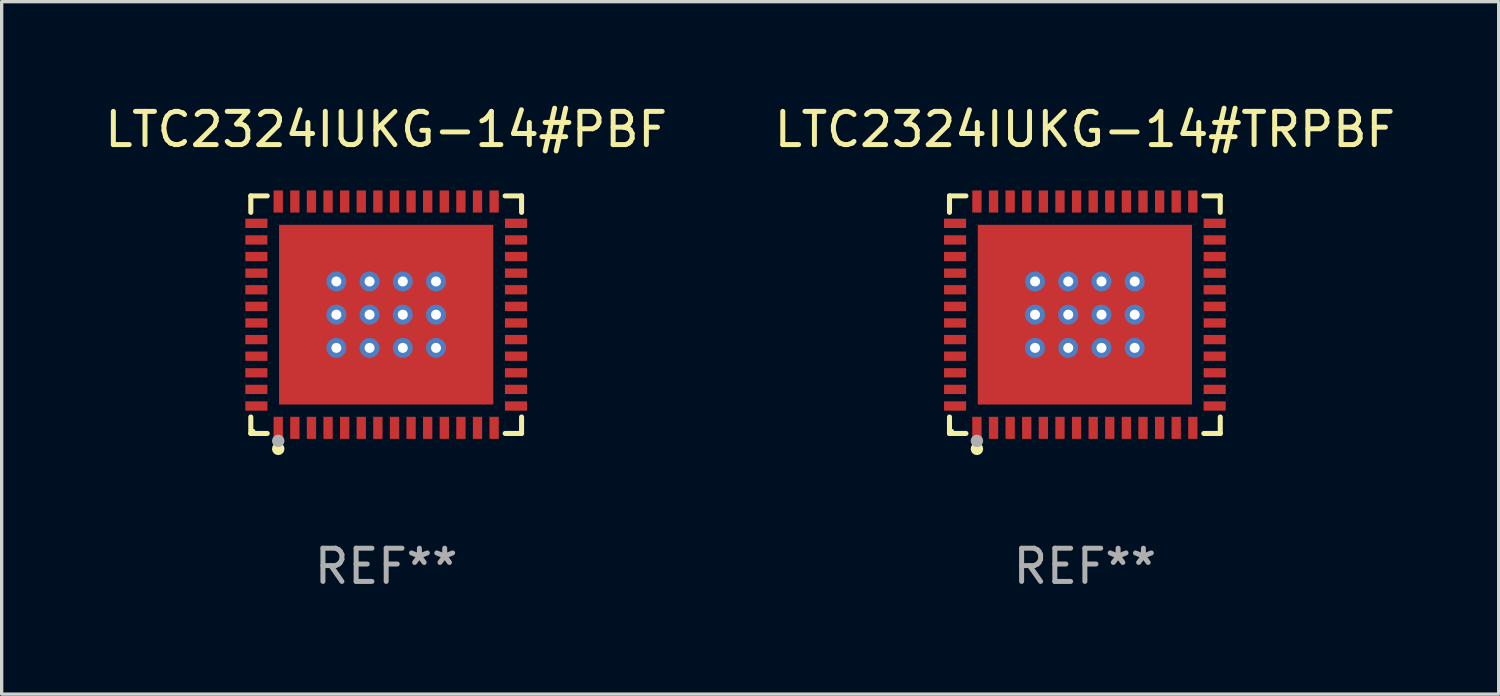
<source format=kicad_pcb>
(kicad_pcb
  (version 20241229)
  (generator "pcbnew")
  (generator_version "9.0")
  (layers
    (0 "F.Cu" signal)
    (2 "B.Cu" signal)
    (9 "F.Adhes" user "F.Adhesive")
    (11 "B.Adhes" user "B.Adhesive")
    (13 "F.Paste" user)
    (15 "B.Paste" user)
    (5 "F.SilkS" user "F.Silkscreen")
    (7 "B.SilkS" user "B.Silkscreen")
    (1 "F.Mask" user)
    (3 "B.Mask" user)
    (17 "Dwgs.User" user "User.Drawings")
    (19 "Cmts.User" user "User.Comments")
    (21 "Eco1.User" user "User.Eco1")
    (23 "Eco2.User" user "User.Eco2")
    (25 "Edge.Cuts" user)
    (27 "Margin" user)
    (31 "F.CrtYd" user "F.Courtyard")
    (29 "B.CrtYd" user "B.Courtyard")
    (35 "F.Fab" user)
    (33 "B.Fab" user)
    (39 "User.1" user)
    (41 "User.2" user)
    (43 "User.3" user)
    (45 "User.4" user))
  (footprint "LTC2324IUKG-14#TRPBF"
    (layer "F.Cu")
    (at 29.613 6.424)
    (property "Reference" "LTC2324IUKG-14#TRPBF" (at 0 -5.576 0) (layer "F.SilkS") (effects (font (size 1 1) (thickness 0.15))))
    (attr through_hole)
    (fp_line (start -4.076 -3.576) (end -3.581 -3.576) (stroke (width 0.152) (type solid)) (layer "F.SilkS"))
    (fp_line (start -4.076 -3.081) (end -4.076 -3.576) (stroke (width 0.152) (type solid)) (layer "F.SilkS"))
    (fp_line (start -4.076 3.081) (end -4.076 3.576) (stroke (width 0.152) (type solid)) (layer "F.SilkS"))
    (fp_line (start -4.076 3.576) (end -3.581 3.576) (stroke (width 0.152) (type solid)) (layer "F.SilkS"))
    (fp_line (start 4.076 -3.576) (end 3.581 -3.576) (stroke (width 0.152) (type solid)) (layer "F.SilkS"))
    (fp_line (start 4.076 -3.081) (end 4.076 -3.576) (stroke (width 0.152) (type solid)) (layer "F.SilkS"))
    (fp_line (start 4.076 3.081) (end 4.076 3.576) (stroke (width 0.152) (type solid)) (layer "F.SilkS"))
    (fp_line (start 4.076 3.576) (end 3.581 3.576) (stroke (width 0.152) (type solid)) (layer "F.SilkS"))
    (fp_circle (center -4 3.5) (end -3.97 3.5) (stroke (width 0.06) (type solid)) (fill no) (layer "F.SilkS"))
    (fp_circle (center -3.25 4.04) (end -3.156 4.04) (stroke (width 0.188) (type solid)) (fill no) (layer "F.SilkS"))
    (fp_circle (center -3.25 3.8) (end -3.156 3.8) (stroke (width 0.188) (type solid)) (fill no) (layer "F.Fab"))
    (fp_text user "REF**" (at 0 7.576 0) (layer "F.Fab") (effects (font (size 1 1) (thickness 0.15))))
    (pad "1" smd rect (at -3.25 3.407) (size 0.28 0.665) (layers "F.Cu" "F.Mask" "F.Paste"))
    (pad "2" smd rect (at -2.75 3.407) (size 0.28 0.665) (layers "F.Cu" "F.Mask" "F.Paste"))
    (pad "3" smd rect (at -2.25 3.407) (size 0.28 0.665) (layers "F.Cu" "F.Mask" "F.Paste"))
    (pad "4" smd rect (at -1.75 3.407) (size 0.28 0.665) (layers "F.Cu" "F.Mask" "F.Paste"))
    (pad "5" smd rect (at -1.25 3.407) (size 0.28 0.665) (layers "F.Cu" "F.Mask" "F.Paste"))
    (pad "6" smd rect (at -0.75 3.407) (size 0.28 0.665) (layers "F.Cu" "F.Mask" "F.Paste"))
    (pad "7" smd rect (at -0.25 3.407) (size 0.28 0.665) (layers "F.Cu" "F.Mask" "F.Paste"))
    (pad "8" smd rect (at 0.25 3.407) (size 0.28 0.665) (layers "F.Cu" "F.Mask" "F.Paste"))
    (pad "9" smd rect (at 0.75 3.407) (size 0.28 0.665) (layers "F.Cu" "F.Mask" "F.Paste"))
    (pad "10" smd rect (at 1.25 3.407) (size 0.28 0.665) (layers "F.Cu" "F.Mask" "F.Paste"))
    (pad "11" smd rect (at 1.75 3.407) (size 0.28 0.665) (layers "F.Cu" "F.Mask" "F.Paste"))
    (pad "12" smd rect (at 2.25 3.407) (size 0.28 0.665) (layers "F.Cu" "F.Mask" "F.Paste"))
    (pad "13" smd rect (at 2.75 3.407) (size 0.28 0.665) (layers "F.Cu" "F.Mask" "F.Paste"))
    (pad "14" smd rect (at 3.25 3.407) (size 0.28 0.665) (layers "F.Cu" "F.Mask" "F.Paste"))
    (pad "15" smd rect (at 3.908 2.75) (size 0.665 0.28) (layers "F.Cu" "F.Mask" "F.Paste"))
    (pad "16" smd rect (at 3.908 2.25) (size 0.665 0.28) (layers "F.Cu" "F.Mask" "F.Paste"))
    (pad "17" smd rect (at 3.908 1.75) (size 0.665 0.28) (layers "F.Cu" "F.Mask" "F.Paste"))
    (pad "18" smd rect (at 3.908 1.25) (size 0.665 0.28) (layers "F.Cu" "F.Mask" "F.Paste"))
    (pad "19" smd rect (at 3.908 0.75) (size 0.665 0.28) (layers "F.Cu" "F.Mask" "F.Paste"))
    (pad "20" smd rect (at 3.908 0.25) (size 0.665 0.28) (layers "F.Cu" "F.Mask" "F.Paste"))
    (pad "21" smd rect (at 3.908 -0.25) (size 0.665 0.28) (layers "F.Cu" "F.Mask" "F.Paste"))
    (pad "22" smd rect (at 3.908 -0.75) (size 0.665 0.28) (layers "F.Cu" "F.Mask" "F.Paste"))
    (pad "23" smd rect (at 3.908 -1.25) (size 0.665 0.28) (layers "F.Cu" "F.Mask" "F.Paste"))
    (pad "24" smd rect (at 3.908 -1.75) (size 0.665 0.28) (layers "F.Cu" "F.Mask" "F.Paste"))
    (pad "25" smd rect (at 3.908 -2.25) (size 0.665 0.28) (layers "F.Cu" "F.Mask" "F.Paste"))
    (pad "26" smd rect (at 3.908 -2.75) (size 0.665 0.28) (layers "F.Cu" "F.Mask" "F.Paste"))
    (pad "27" smd rect (at 3.25 -3.407) (size 0.28 0.665) (layers "F.Cu" "F.Mask" "F.Paste"))
    (pad "28" smd rect (at 2.75 -3.407) (size 0.28 0.665) (layers "F.Cu" "F.Mask" "F.Paste"))
    (pad "29" smd rect (at 2.25 -3.407) (size 0.28 0.665) (layers "F.Cu" "F.Mask" "F.Paste"))
    (pad "30" smd rect (at 1.75 -3.407) (size 0.28 0.665) (layers "F.Cu" "F.Mask" "F.Paste"))
    (pad "31" smd rect (at 1.25 -3.407) (size 0.28 0.665) (layers "F.Cu" "F.Mask" "F.Paste"))
    (pad "32" smd rect (at 0.75 -3.407) (size 0.28 0.665) (layers "F.Cu" "F.Mask" "F.Paste"))
    (pad "33" smd rect (at 0.25 -3.407) (size 0.28 0.665) (layers "F.Cu" "F.Mask" "F.Paste"))
    (pad "34" smd rect (at -0.25 -3.407) (size 0.28 0.665) (layers "F.Cu" "F.Mask" "F.Paste"))
    (pad "35" smd rect (at -0.75 -3.407) (size 0.28 0.665) (layers "F.Cu" "F.Mask" "F.Paste"))
    (pad "36" smd rect (at -1.25 -3.407) (size 0.28 0.665) (layers "F.Cu" "F.Mask" "F.Paste"))
    (pad "37" smd rect (at -1.75 -3.407) (size 0.28 0.665) (layers "F.Cu" "F.Mask" "F.Paste"))
    (pad "38" smd rect (at -2.25 -3.407) (size 0.28 0.665) (layers "F.Cu" "F.Mask" "F.Paste"))
    (pad "39" smd rect (at -2.75 -3.407) (size 0.28 0.665) (layers "F.Cu" "F.Mask" "F.Paste"))
    (pad "40" smd rect (at -3.25 -3.407) (size 0.28 0.665) (layers "F.Cu" "F.Mask" "F.Paste"))
    (pad "41" smd rect (at -3.908 -2.75) (size 0.665 0.28) (layers "F.Cu" "F.Mask" "F.Paste"))
    (pad "42" smd rect (at -3.908 -2.25) (size 0.665 0.28) (layers "F.Cu" "F.Mask" "F.Paste"))
    (pad "43" smd rect (at -3.908 -1.75) (size 0.665 0.28) (layers "F.Cu" "F.Mask" "F.Paste"))
    (pad "44" smd rect (at -3.908 -1.25) (size 0.665 0.28) (layers "F.Cu" "F.Mask" "F.Paste"))
    (pad "45" smd rect (at -3.908 -0.75) (size 0.665 0.28) (layers "F.Cu" "F.Mask" "F.Paste"))
    (pad "46" smd rect (at -3.908 -0.25) (size 0.665 0.28) (layers "F.Cu" "F.Mask" "F.Paste"))
    (pad "47" smd rect (at -3.908 0.25) (size 0.665 0.28) (layers "F.Cu" "F.Mask" "F.Paste"))
    (pad "48" smd rect (at -3.908 0.75) (size 0.665 0.28) (layers "F.Cu" "F.Mask" "F.Paste"))
    (pad "49" smd rect (at -3.908 1.25) (size 0.665 0.28) (layers "F.Cu" "F.Mask" "F.Paste"))
    (pad "50" smd rect (at -3.908 1.75) (size 0.665 0.28) (layers "F.Cu" "F.Mask" "F.Paste"))
    (pad "51" smd rect (at -3.908 2.25) (size 0.665 0.28) (layers "F.Cu" "F.Mask" "F.Paste"))
    (pad "52" smd rect (at -3.908 2.75) (size 0.665 0.28) (layers "F.Cu" "F.Mask" "F.Paste"))
    (pad "53" thru_hole circle (at -1.5 -1) (size 0.6 0.6) (drill 0.3) (layers "*.Cu" "*.Mask"))
    (pad "53" thru_hole circle (at -1.5 0) (size 0.6 0.6) (drill 0.3) (layers "*.Cu" "*.Mask"))
    (pad "53" thru_hole circle (at -1.5 1) (size 0.6 0.6) (drill 0.3) (layers "*.Cu" "*.Mask"))
    (pad "53" thru_hole circle (at -0.5 -1) (size 0.6 0.6) (drill 0.3) (layers "*.Cu" "*.Mask"))
    (pad "53" thru_hole circle (at -0.5 0) (size 0.6 0.6) (drill 0.3) (layers "*.Cu" "*.Mask"))
    (pad "53" thru_hole circle (at -0.5 1) (size 0.6 0.6) (drill 0.3) (layers "*.Cu" "*.Mask"))
    (pad "53" smd rect (at 0 0) (size 6.45 5.41) (layers "F.Cu" "F.Mask" "F.Paste"))
    (pad "53" thru_hole circle (at 0.5 -1) (size 0.6 0.6) (drill 0.3) (layers "*.Cu" "*.Mask"))
    (pad "53" thru_hole circle (at 0.5 0) (size 0.6 0.6) (drill 0.3) (layers "*.Cu" "*.Mask"))
    (pad "53" thru_hole circle (at 0.5 1) (size 0.6 0.6) (drill 0.3) (layers "*.Cu" "*.Mask"))
    (pad "53" thru_hole circle (at 1.5 -1) (size 0.6 0.6) (drill 0.3) (layers "*.Cu" "*.Mask"))
    (pad "53" thru_hole circle (at 1.5 0) (size 0.6 0.6) (drill 0.3) (layers "*.Cu" "*.Mask"))
    (pad "53" thru_hole circle (at 1.5 1) (size 0.6 0.6) (drill 0.3) (layers "*.Cu" "*.Mask")))
  (footprint "LTC2324IUKG-14#PBF"
    (layer "F.Cu")
    (at 8.577 6.424)
    (property "Reference" "LTC2324IUKG-14#PBF" (at 0 -5.576 0) (layer "F.SilkS") (effects (font (size 1 1) (thickness 0.15))))
    (attr through_hole)
    (fp_line (start -4.076 -3.576) (end -3.581 -3.576) (stroke (width 0.152) (type solid)) (layer "F.SilkS"))
    (fp_line (start -4.076 -3.081) (end -4.076 -3.576) (stroke (width 0.152) (type solid)) (layer "F.SilkS"))
    (fp_line (start -4.076 3.081) (end -4.076 3.576) (stroke (width 0.152) (type solid)) (layer "F.SilkS"))
    (fp_line (start -4.076 3.576) (end -3.581 3.576) (stroke (width 0.152) (type solid)) (layer "F.SilkS"))
    (fp_line (start 4.076 -3.576) (end 3.581 -3.576) (stroke (width 0.152) (type solid)) (layer "F.SilkS"))
    (fp_line (start 4.076 -3.081) (end 4.076 -3.576) (stroke (width 0.152) (type solid)) (layer "F.SilkS"))
    (fp_line (start 4.076 3.081) (end 4.076 3.576) (stroke (width 0.152) (type solid)) (layer "F.SilkS"))
    (fp_line (start 4.076 3.576) (end 3.581 3.576) (stroke (width 0.152) (type solid)) (layer "F.SilkS"))
    (fp_circle (center -4 3.5) (end -3.97 3.5) (stroke (width 0.06) (type solid)) (fill no) (layer "F.SilkS"))
    (fp_circle (center -3.25 4.04) (end -3.156 4.04) (stroke (width 0.188) (type solid)) (fill no) (layer "F.SilkS"))
    (fp_circle (center -3.25 3.8) (end -3.156 3.8) (stroke (width 0.188) (type solid)) (fill no) (layer "F.Fab"))
    (fp_text user "REF**" (at 0 7.576 0) (layer "F.Fab") (effects (font (size 1 1) (thickness 0.15))))
    (pad "1" smd rect (at -3.25 3.407) (size 0.28 0.665) (layers "F.Cu" "F.Mask" "F.Paste"))
    (pad "2" smd rect (at -2.75 3.407) (size 0.28 0.665) (layers "F.Cu" "F.Mask" "F.Paste"))
    (pad "3" smd rect (at -2.25 3.407) (size 0.28 0.665) (layers "F.Cu" "F.Mask" "F.Paste"))
    (pad "4" smd rect (at -1.75 3.407) (size 0.28 0.665) (layers "F.Cu" "F.Mask" "F.Paste"))
    (pad "5" smd rect (at -1.25 3.407) (size 0.28 0.665) (layers "F.Cu" "F.Mask" "F.Paste"))
    (pad "6" smd rect (at -0.75 3.407) (size 0.28 0.665) (layers "F.Cu" "F.Mask" "F.Paste"))
    (pad "7" smd rect (at -0.25 3.407) (size 0.28 0.665) (layers "F.Cu" "F.Mask" "F.Paste"))
    (pad "8" smd rect (at 0.25 3.407) (size 0.28 0.665) (layers "F.Cu" "F.Mask" "F.Paste"))
    (pad "9" smd rect (at 0.75 3.407) (size 0.28 0.665) (layers "F.Cu" "F.Mask" "F.Paste"))
    (pad "10" smd rect (at 1.25 3.407) (size 0.28 0.665) (layers "F.Cu" "F.Mask" "F.Paste"))
    (pad "11" smd rect (at 1.75 3.407) (size 0.28 0.665) (layers "F.Cu" "F.Mask" "F.Paste"))
    (pad "12" smd rect (at 2.25 3.407) (size 0.28 0.665) (layers "F.Cu" "F.Mask" "F.Paste"))
    (pad "13" smd rect (at 2.75 3.407) (size 0.28 0.665) (layers "F.Cu" "F.Mask" "F.Paste"))
    (pad "14" smd rect (at 3.25 3.407) (size 0.28 0.665) (layers "F.Cu" "F.Mask" "F.Paste"))
    (pad "15" smd rect (at 3.908 2.75) (size 0.665 0.28) (layers "F.Cu" "F.Mask" "F.Paste"))
    (pad "16" smd rect (at 3.908 2.25) (size 0.665 0.28) (layers "F.Cu" "F.Mask" "F.Paste"))
    (pad "17" smd rect (at 3.908 1.75) (size 0.665 0.28) (layers "F.Cu" "F.Mask" "F.Paste"))
    (pad "18" smd rect (at 3.908 1.25) (size 0.665 0.28) (layers "F.Cu" "F.Mask" "F.Paste"))
    (pad "19" smd rect (at 3.908 0.75) (size 0.665 0.28) (layers "F.Cu" "F.Mask" "F.Paste"))
    (pad "20" smd rect (at 3.908 0.25) (size 0.665 0.28) (layers "F.Cu" "F.Mask" "F.Paste"))
    (pad "21" smd rect (at 3.908 -0.25) (size 0.665 0.28) (layers "F.Cu" "F.Mask" "F.Paste"))
    (pad "22" smd rect (at 3.908 -0.75) (size 0.665 0.28) (layers "F.Cu" "F.Mask" "F.Paste"))
    (pad "23" smd rect (at 3.908 -1.25) (size 0.665 0.28) (layers "F.Cu" "F.Mask" "F.Paste"))
    (pad "24" smd rect (at 3.908 -1.75) (size 0.665 0.28) (layers "F.Cu" "F.Mask" "F.Paste"))
    (pad "25" smd rect (at 3.908 -2.25) (size 0.665 0.28) (layers "F.Cu" "F.Mask" "F.Paste"))
    (pad "26" smd rect (at 3.908 -2.75) (size 0.665 0.28) (layers "F.Cu" "F.Mask" "F.Paste"))
    (pad "27" smd rect (at 3.25 -3.407) (size 0.28 0.665) (layers "F.Cu" "F.Mask" "F.Paste"))
    (pad "28" smd rect (at 2.75 -3.407) (size 0.28 0.665) (layers "F.Cu" "F.Mask" "F.Paste"))
    (pad "29" smd rect (at 2.25 -3.407) (size 0.28 0.665) (layers "F.Cu" "F.Mask" "F.Paste"))
    (pad "30" smd rect (at 1.75 -3.407) (size 0.28 0.665) (layers "F.Cu" "F.Mask" "F.Paste"))
    (pad "31" smd rect (at 1.25 -3.407) (size 0.28 0.665) (layers "F.Cu" "F.Mask" "F.Paste"))
    (pad "32" smd rect (at 0.75 -3.407) (size 0.28 0.665) (layers "F.Cu" "F.Mask" "F.Paste"))
    (pad "33" smd rect (at 0.25 -3.407) (size 0.28 0.665) (layers "F.Cu" "F.Mask" "F.Paste"))
    (pad "34" smd rect (at -0.25 -3.407) (size 0.28 0.665) (layers "F.Cu" "F.Mask" "F.Paste"))
    (pad "35" smd rect (at -0.75 -3.407) (size 0.28 0.665) (layers "F.Cu" "F.Mask" "F.Paste"))
    (pad "36" smd rect (at -1.25 -3.407) (size 0.28 0.665) (layers "F.Cu" "F.Mask" "F.Paste"))
    (pad "37" smd rect (at -1.75 -3.407) (size 0.28 0.665) (layers "F.Cu" "F.Mask" "F.Paste"))
    (pad "38" smd rect (at -2.25 -3.407) (size 0.28 0.665) (layers "F.Cu" "F.Mask" "F.Paste"))
    (pad "39" smd rect (at -2.75 -3.407) (size 0.28 0.665) (layers "F.Cu" "F.Mask" "F.Paste"))
    (pad "40" smd rect (at -3.25 -3.407) (size 0.28 0.665) (layers "F.Cu" "F.Mask" "F.Paste"))
    (pad "41" smd rect (at -3.908 -2.75) (size 0.665 0.28) (layers "F.Cu" "F.Mask" "F.Paste"))
    (pad "42" smd rect (at -3.908 -2.25) (size 0.665 0.28) (layers "F.Cu" "F.Mask" "F.Paste"))
    (pad "43" smd rect (at -3.908 -1.75) (size 0.665 0.28) (layers "F.Cu" "F.Mask" "F.Paste"))
    (pad "44" smd rect (at -3.908 -1.25) (size 0.665 0.28) (layers "F.Cu" "F.Mask" "F.Paste"))
    (pad "45" smd rect (at -3.908 -0.75) (size 0.665 0.28) (layers "F.Cu" "F.Mask" "F.Paste"))
    (pad "46" smd rect (at -3.908 -0.25) (size 0.665 0.28) (layers "F.Cu" "F.Mask" "F.Paste"))
    (pad "47" smd rect (at -3.908 0.25) (size 0.665 0.28) (layers "F.Cu" "F.Mask" "F.Paste"))
    (pad "48" smd rect (at -3.908 0.75) (size 0.665 0.28) (layers "F.Cu" "F.Mask" "F.Paste"))
    (pad "49" smd rect (at -3.908 1.25) (size 0.665 0.28) (layers "F.Cu" "F.Mask" "F.Paste"))
    (pad "50" smd rect (at -3.908 1.75) (size 0.665 0.28) (layers "F.Cu" "F.Mask" "F.Paste"))
    (pad "51" smd rect (at -3.908 2.25) (size 0.665 0.28) (layers "F.Cu" "F.Mask" "F.Paste"))
    (pad "52" smd rect (at -3.908 2.75) (size 0.665 0.28) (layers "F.Cu" "F.Mask" "F.Paste"))
    (pad "53" thru_hole circle (at -1.5 -1) (size 0.6 0.6) (drill 0.3) (layers "*.Cu" "*.Mask"))
    (pad "53" thru_hole circle (at -1.5 0) (size 0.6 0.6) (drill 0.3) (layers "*.Cu" "*.Mask"))
    (pad "53" thru_hole circle (at -1.5 1) (size 0.6 0.6) (drill 0.3) (layers "*.Cu" "*.Mask"))
    (pad "53" thru_hole circle (at -0.5 -1) (size 0.6 0.6) (drill 0.3) (layers "*.Cu" "*.Mask"))
    (pad "53" thru_hole circle (at -0.5 0) (size 0.6 0.6) (drill 0.3) (layers "*.Cu" "*.Mask"))
    (pad "53" thru_hole circle (at -0.5 1) (size 0.6 0.6) (drill 0.3) (layers "*.Cu" "*.Mask"))
    (pad "53" smd rect (at 0 0) (size 6.45 5.41) (layers "F.Cu" "F.Mask" "F.Paste"))
    (pad "53" thru_hole circle (at 0.5 -1) (size 0.6 0.6) (drill 0.3) (layers "*.Cu" "*.Mask"))
    (pad "53" thru_hole circle (at 0.5 0) (size 0.6 0.6) (drill 0.3) (layers "*.Cu" "*.Mask"))
    (pad "53" thru_hole circle (at 0.5 1) (size 0.6 0.6) (drill 0.3) (layers "*.Cu" "*.Mask"))
    (pad "53" thru_hole circle (at 1.5 -1) (size 0.6 0.6) (drill 0.3) (layers "*.Cu" "*.Mask"))
    (pad "53" thru_hole circle (at 1.5 0) (size 0.6 0.6) (drill 0.3) (layers "*.Cu" "*.Mask"))
    (pad "53" thru_hole circle (at 1.5 1) (size 0.6 0.6) (drill 0.3) (layers "*.Cu" "*.Mask")))
  (gr_rect
    (start -3 -3)
    (end 42.071 17.849)
    (stroke (width 0.1) (type default))
    (fill no)
    (layer "Edge.Cuts")))
</source>
